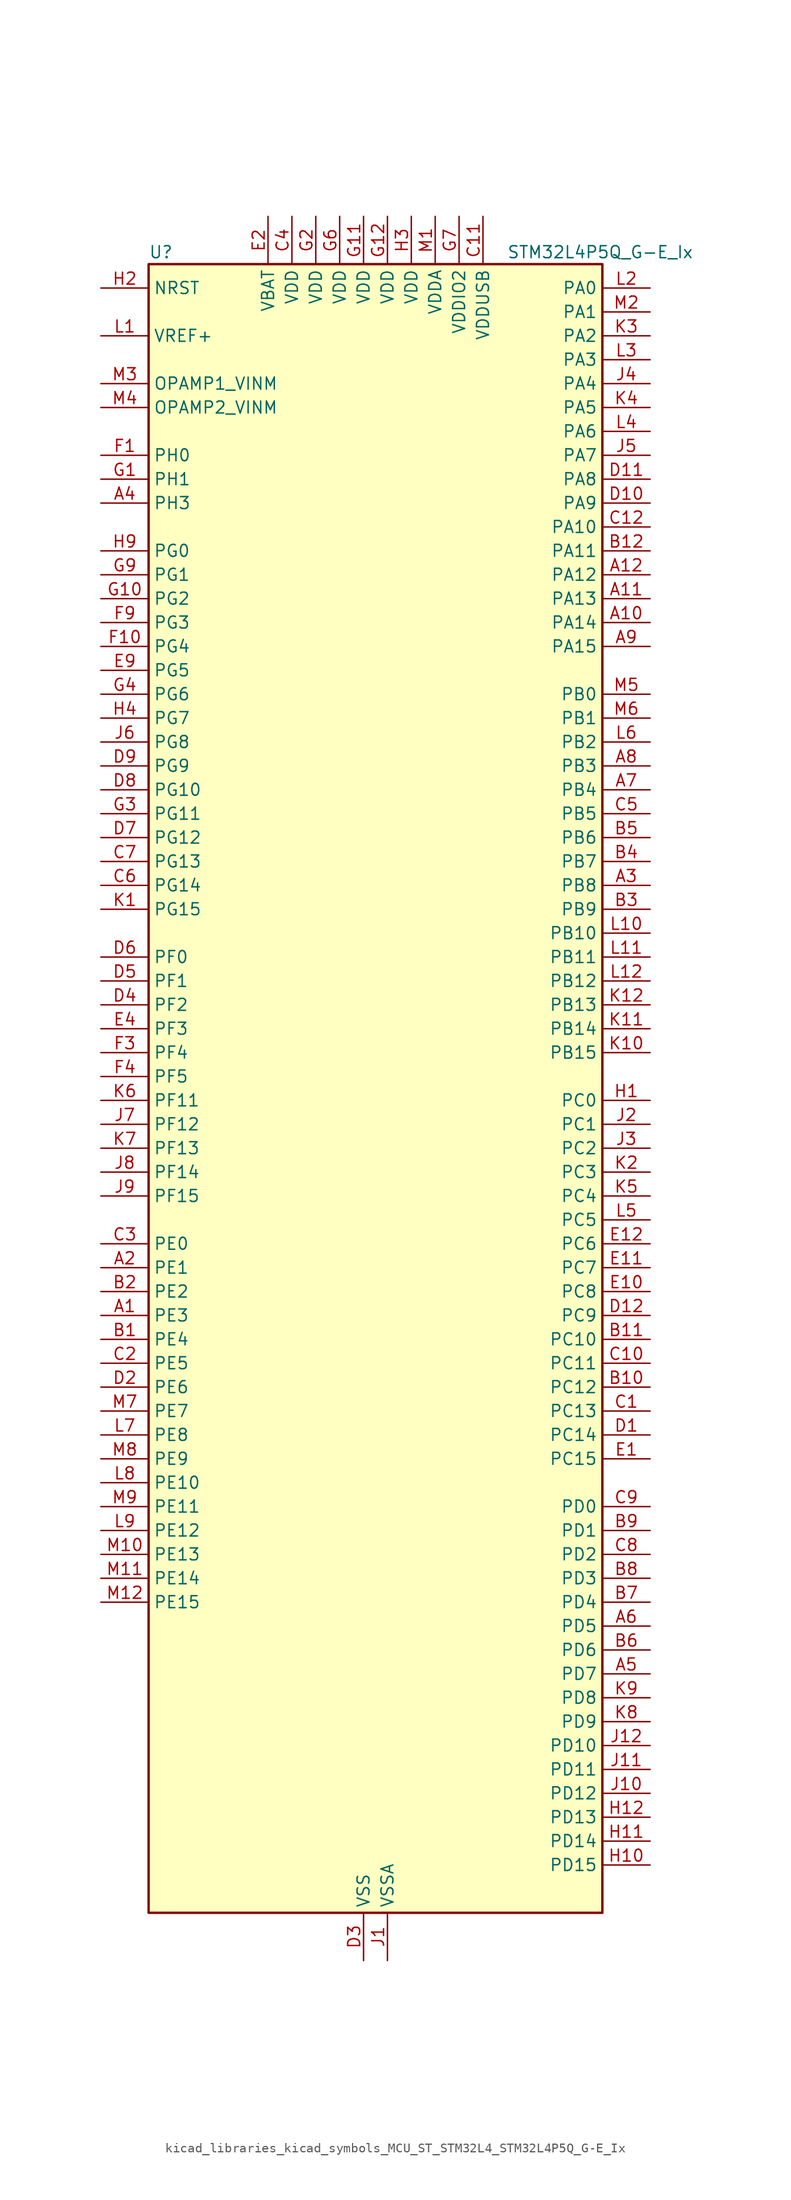
<source format=kicad_sym>
(kicad_symbol_lib
  (version 20220914)
  (generator kicad_symbol_editor)
  (symbol "kicad_libraries_kicad_symbols_MCU_ST_STM32L4_STM32L4P5Q_G-E_Ix"
    (property "Reference" "U"
      (at -22.86 90.17 0)
      (effects (font (size 1.27 1.27)) (justify left)))
    (property "Value" "STM32L4P5Q_G-E_Ix"
      (at 15.24 90.17 0)
      (effects (font (size 1.27 1.27)) (justify left)))
    (property "ki_locked" ""
      (at 0 0 0)
      (effects (font (size 1.27 1.27))))
    (symbol "kicad_libraries_kicad_symbols_MCU_ST_STM32L4_STM32L4P5Q_G-E_Ix_0_1"
      (rectangle (start -22.86 -86.36) (end 25.4 88.9) (stroke (width 0.254) (type default)) (fill (type background))))
    (symbol "kicad_libraries_kicad_symbols_MCU_ST_STM32L4_STM32L4P5Q_G-E_Ix_1_1"
      (pin bidirectional line (at -27.94 -22.86 0) (length 5.08) (name "PE3" (effects (font (size 1.27 1.27)))) (number "A1" (effects (font (size 1.27 1.27)))) (alternate "FMC_A19" bidirectional line) (alternate "LTDC_R6" bidirectional line) (alternate "OCTOSPIM_P1_DQS" bidirectional line) (alternate "SAI1_SD_B" bidirectional line) (alternate "SYS_TRACED0" bidirectional line) (alternate "TIM3_CH1" bidirectional line) (alternate "TSC_G7_IO2" bidirectional line))
      (pin bidirectional line (at 30.48 50.8 180) (length 5.08) (name "PA14" (effects (font (size 1.27 1.27)))) (number "A10" (effects (font (size 1.27 1.27)))) (alternate "I2C1_SMBA" bidirectional line) (alternate "I2C4_SMBA" bidirectional line) (alternate "LPTIM1_OUT" bidirectional line) (alternate "SAI1_FS_B" bidirectional line) (alternate "SYS_JTCK-SWCLK" bidirectional line) (alternate "USB_OTG_FS_SOF" bidirectional line))
      (pin bidirectional line (at 30.48 53.34 180) (length 5.08) (name "PA13" (effects (font (size 1.27 1.27)))) (number "A11" (effects (font (size 1.27 1.27)))) (alternate "IR_OUT" bidirectional line) (alternate "SAI1_SD_B" bidirectional line) (alternate "SYS_JTMS-SWDIO" bidirectional line) (alternate "USB_OTG_FS_NOE" bidirectional line))
      (pin bidirectional line (at 30.48 55.88 180) (length 5.08) (name "PA12" (effects (font (size 1.27 1.27)))) (number "A12" (effects (font (size 1.27 1.27)))) (alternate "CAN1_TX" bidirectional line) (alternate "LTDC_VSYNC" bidirectional line) (alternate "OCTOSPIM_P2_NCS" bidirectional line) (alternate "SPI1_MOSI" bidirectional line) (alternate "TIM1_ETR" bidirectional line) (alternate "USART1_DE" bidirectional line) (alternate "USART1_RTS" bidirectional line) (alternate "USB_OTG_FS_DP" bidirectional line))
      (pin bidirectional line (at -27.94 -17.78 0) (length 5.08) (name "PE1" (effects (font (size 1.27 1.27)))) (number "A2" (effects (font (size 1.27 1.27)))) (alternate "DCMI_D3" bidirectional line) (alternate "FMC_NBL1" bidirectional line) (alternate "LTDC_VSYNC" bidirectional line) (alternate "PSSI_D3" bidirectional line) (alternate "TIM17_CH1" bidirectional line))
      (pin bidirectional line (at 30.48 22.86 180) (length 5.08) (name "PB8" (effects (font (size 1.27 1.27)))) (number "A3" (effects (font (size 1.27 1.27)))) (alternate "CAN1_RX" bidirectional line) (alternate "DCMI_D6" bidirectional line) (alternate "DFSDM1_CKOUT" bidirectional line) (alternate "I2C1_SCL" bidirectional line) (alternate "LTDC_DE" bidirectional line) (alternate "PSSI_D6" bidirectional line) (alternate "SAI1_CK1" bidirectional line) (alternate "SAI1_MCLK_A" bidirectional line) (alternate "SDMMC1_CKIN" bidirectional line) (alternate "SDMMC1_D4" bidirectional line) (alternate "SDMMC2_D4" bidirectional line) (alternate "TIM16_CH1" bidirectional line) (alternate "TIM4_CH3" bidirectional line))
      (pin bidirectional line (at -27.94 63.5 0) (length 5.08) (name "PH3" (effects (font (size 1.27 1.27)))) (number "A4" (effects (font (size 1.27 1.27)))))
      (pin bidirectional line (at 30.48 -60.96 180) (length 5.08) (name "PD7" (effects (font (size 1.27 1.27)))) (number "A5" (effects (font (size 1.27 1.27)))) (alternate "DFSDM1_CKIN1" bidirectional line) (alternate "FMC_NCE" bidirectional line) (alternate "FMC_NE1" bidirectional line) (alternate "OCTOSPIM_P1_IO7" bidirectional line) (alternate "SDMMC2_CMD" bidirectional line) (alternate "USART2_CK" bidirectional line))
      (pin bidirectional line (at 30.48 -55.88 180) (length 5.08) (name "PD5" (effects (font (size 1.27 1.27)))) (number "A6" (effects (font (size 1.27 1.27)))) (alternate "FMC_NWE" bidirectional line) (alternate "OCTOSPIM_P1_IO5" bidirectional line) (alternate "USART2_TX" bidirectional line))
      (pin bidirectional line (at 30.48 33.02 180) (length 5.08) (name "PB4" (effects (font (size 1.27 1.27)))) (number "A7" (effects (font (size 1.27 1.27)))) (alternate "COMP2_INP" bidirectional line) (alternate "DCMI_D12" bidirectional line) (alternate "I2C3_SDA" bidirectional line) (alternate "OCTOSPIM_P1_IO5" bidirectional line) (alternate "PSSI_D12" bidirectional line) (alternate "SAI1_MCLK_B" bidirectional line) (alternate "SDMMC2_D3" bidirectional line) (alternate "SPI1_MISO" bidirectional line) (alternate "SPI3_MISO" bidirectional line) (alternate "SYS_JTRST" bidirectional line) (alternate "TIM17_BKIN" bidirectional line) (alternate "TIM3_CH1" bidirectional line) (alternate "TSC_G2_IO1" bidirectional line) (alternate "UART5_DE" bidirectional line) (alternate "UART5_RTS" bidirectional line) (alternate "USART1_CTS" bidirectional line) (alternate "USART1_NSS" bidirectional line))
      (pin bidirectional line (at 30.48 35.56 180) (length 5.08) (name "PB3" (effects (font (size 1.27 1.27)))) (number "A8" (effects (font (size 1.27 1.27)))) (alternate "COMP2_INM" bidirectional line) (alternate "CRS_SYNC" bidirectional line) (alternate "OCTOSPIM_P1_IO4" bidirectional line) (alternate "SAI1_SCK_B" bidirectional line) (alternate "SDMMC2_D2" bidirectional line) (alternate "SPI1_SCK" bidirectional line) (alternate "SPI3_SCK" bidirectional line) (alternate "SYS_JTDO-SWO" bidirectional line) (alternate "TIM2_CH2" bidirectional line) (alternate "USART1_DE" bidirectional line) (alternate "USART1_RTS" bidirectional line))
      (pin bidirectional line (at 30.48 48.26 180) (length 5.08) (name "PA15" (effects (font (size 1.27 1.27)))) (number "A9" (effects (font (size 1.27 1.27)))) (alternate "ADC1_EXTI15" bidirectional line) (alternate "ADC2_EXTI15" bidirectional line) (alternate "LTDC_HSYNC" bidirectional line) (alternate "SAI2_FS_B" bidirectional line) (alternate "SPI1_NSS" bidirectional line) (alternate "SPI3_NSS" bidirectional line) (alternate "SYS_JTDI" bidirectional line) (alternate "TIM2_CH1" bidirectional line) (alternate "TIM2_ETR" bidirectional line) (alternate "TSC_G3_IO1" bidirectional line) (alternate "UART4_DE" bidirectional line) (alternate "UART4_RTS" bidirectional line) (alternate "USART2_RX" bidirectional line) (alternate "USART3_DE" bidirectional line) (alternate "USART3_RTS" bidirectional line))
      (pin bidirectional line (at -27.94 -25.4 0) (length 5.08) (name "PE4" (effects (font (size 1.27 1.27)))) (number "B1" (effects (font (size 1.27 1.27)))) (alternate "DCMI_D4" bidirectional line) (alternate "DFSDM1_DATIN3" bidirectional line) (alternate "FMC_A20" bidirectional line) (alternate "LTDC_B7" bidirectional line) (alternate "PSSI_D4" bidirectional line) (alternate "SAI1_D2" bidirectional line) (alternate "SAI1_FS_A" bidirectional line) (alternate "SYS_TRACED1" bidirectional line) (alternate "TIM3_CH2" bidirectional line) (alternate "TSC_G7_IO3" bidirectional line))
      (pin bidirectional line (at 30.48 -30.48 180) (length 5.08) (name "PC12" (effects (font (size 1.27 1.27)))) (number "B10" (effects (font (size 1.27 1.27)))) (alternate "DCMI_D9" bidirectional line) (alternate "LTDC_R6" bidirectional line) (alternate "PSSI_D9" bidirectional line) (alternate "SAI2_SD_B" bidirectional line) (alternate "SDMMC1_CK" bidirectional line) (alternate "SPI3_MOSI" bidirectional line) (alternate "SYS_TRACED3" bidirectional line) (alternate "TSC_G3_IO4" bidirectional line) (alternate "UART5_TX" bidirectional line) (alternate "USART3_CK" bidirectional line))
      (pin bidirectional line (at 30.48 -25.4 180) (length 5.08) (name "PC10" (effects (font (size 1.27 1.27)))) (number "B11" (effects (font (size 1.27 1.27)))) (alternate "DCMI_D8" bidirectional line) (alternate "DCMI_VSYNC" bidirectional line) (alternate "PSSI_D8" bidirectional line) (alternate "PSSI_RDY" bidirectional line) (alternate "SAI2_SCK_B" bidirectional line) (alternate "SDMMC1_D2" bidirectional line) (alternate "SPI3_SCK" bidirectional line) (alternate "SYS_TRACED1" bidirectional line) (alternate "TSC_G3_IO2" bidirectional line) (alternate "UART4_TX" bidirectional line) (alternate "USART3_TX" bidirectional line))
      (pin bidirectional line (at 30.48 58.42 180) (length 5.08) (name "PA11" (effects (font (size 1.27 1.27)))) (number "B12" (effects (font (size 1.27 1.27)))) (alternate "ADC1_EXTI11" bidirectional line) (alternate "ADC2_EXTI11" bidirectional line) (alternate "CAN1_RX" bidirectional line) (alternate "LTDC_DE" bidirectional line) (alternate "SPI1_MISO" bidirectional line) (alternate "TIM1_BKIN2" bidirectional line) (alternate "TIM1_CH4" bidirectional line) (alternate "USART1_CTS" bidirectional line) (alternate "USART1_NSS" bidirectional line) (alternate "USB_OTG_FS_DM" bidirectional line))
      (pin bidirectional line (at -27.94 -20.32 0) (length 5.08) (name "PE2" (effects (font (size 1.27 1.27)))) (number "B2" (effects (font (size 1.27 1.27)))) (alternate "FMC_A23" bidirectional line) (alternate "LTDC_R7" bidirectional line) (alternate "SAI1_CK1" bidirectional line) (alternate "SAI1_MCLK_A" bidirectional line) (alternate "SYS_TRACECLK" bidirectional line) (alternate "TIM3_ETR" bidirectional line) (alternate "TSC_G7_IO1" bidirectional line))
      (pin bidirectional line (at 30.48 20.32 180) (length 5.08) (name "PB9" (effects (font (size 1.27 1.27)))) (number "B3" (effects (font (size 1.27 1.27)))) (alternate "CAN1_TX" bidirectional line) (alternate "DAC1_EXTI9" bidirectional line) (alternate "DCMI_D7" bidirectional line) (alternate "I2C1_SDA" bidirectional line) (alternate "IR_OUT" bidirectional line) (alternate "PSSI_D7" bidirectional line) (alternate "SAI1_D2" bidirectional line) (alternate "SAI1_FS_A" bidirectional line) (alternate "SDMMC1_CDIR" bidirectional line) (alternate "SDMMC1_D5" bidirectional line) (alternate "SDMMC2_D5" bidirectional line) (alternate "SPI2_NSS" bidirectional line) (alternate "TIM17_CH1" bidirectional line) (alternate "TIM4_CH4" bidirectional line))
      (pin bidirectional line (at 30.48 25.4 180) (length 5.08) (name "PB7" (effects (font (size 1.27 1.27)))) (number "B4" (effects (font (size 1.27 1.27)))) (alternate "COMP2_INM" bidirectional line) (alternate "DCMI_VSYNC" bidirectional line) (alternate "FMC_NL" bidirectional line) (alternate "I2C1_SDA" bidirectional line) (alternate "I2C4_SDA" bidirectional line) (alternate "LPTIM1_IN2" bidirectional line) (alternate "LTDC_VSYNC" bidirectional line) (alternate "PSSI_RDY" bidirectional line) (alternate "SYS_PVD_IN" bidirectional line) (alternate "TIM17_CH1N" bidirectional line) (alternate "TIM4_CH2" bidirectional line) (alternate "TIM8_BKIN" bidirectional line) (alternate "TSC_G2_IO4" bidirectional line) (alternate "UART4_CTS" bidirectional line) (alternate "USART1_RX" bidirectional line))
      (pin bidirectional line (at 30.48 27.94 180) (length 5.08) (name "PB6" (effects (font (size 1.27 1.27)))) (number "B5" (effects (font (size 1.27 1.27)))) (alternate "COMP2_INP" bidirectional line) (alternate "DCMI_D5" bidirectional line) (alternate "I2C1_SCL" bidirectional line) (alternate "I2C4_SCL" bidirectional line) (alternate "LPTIM1_ETR" bidirectional line) (alternate "LTDC_R6" bidirectional line) (alternate "PSSI_D5" bidirectional line) (alternate "SAI1_FS_B" bidirectional line) (alternate "TIM16_CH1N" bidirectional line) (alternate "TIM4_CH1" bidirectional line) (alternate "TIM8_BKIN2" bidirectional line) (alternate "TSC_G2_IO3" bidirectional line) (alternate "USART1_TX" bidirectional line))
      (pin bidirectional line (at 30.48 -58.42 180) (length 5.08) (name "PD6" (effects (font (size 1.27 1.27)))) (number "B6" (effects (font (size 1.27 1.27)))) (alternate "DCMI_D10" bidirectional line) (alternate "DFSDM1_DATIN1" bidirectional line) (alternate "FMC_NWAIT" bidirectional line) (alternate "LTDC_DE" bidirectional line) (alternate "OCTOSPIM_P1_IO6" bidirectional line) (alternate "PSSI_D10" bidirectional line) (alternate "SAI1_D1" bidirectional line) (alternate "SAI1_SD_A" bidirectional line) (alternate "SDMMC2_CK" bidirectional line) (alternate "SPI3_MOSI" bidirectional line) (alternate "USART2_RX" bidirectional line))
      (pin bidirectional line (at 30.48 -53.34 180) (length 5.08) (name "PD4" (effects (font (size 1.27 1.27)))) (number "B7" (effects (font (size 1.27 1.27)))) (alternate "DFSDM1_CKIN0" bidirectional line) (alternate "FMC_NOE" bidirectional line) (alternate "OCTOSPIM_P1_IO4" bidirectional line) (alternate "SDMMC2_CKIN" bidirectional line) (alternate "SPI2_MOSI" bidirectional line) (alternate "USART2_DE" bidirectional line) (alternate "USART2_RTS" bidirectional line))
      (pin bidirectional line (at 30.48 -50.8 180) (length 5.08) (name "PD3" (effects (font (size 1.27 1.27)))) (number "B8" (effects (font (size 1.27 1.27)))) (alternate "DCMI_D5" bidirectional line) (alternate "DFSDM1_DATIN0" bidirectional line) (alternate "FMC_CLK" bidirectional line) (alternate "LTDC_CLK" bidirectional line) (alternate "OCTOSPIM_P2_NCS" bidirectional line) (alternate "PSSI_D5" bidirectional line) (alternate "SPI2_MISO" bidirectional line) (alternate "SPI2_SCK" bidirectional line) (alternate "USART2_CTS" bidirectional line) (alternate "USART2_NSS" bidirectional line))
      (pin bidirectional line (at 30.48 -45.72 180) (length 5.08) (name "PD1" (effects (font (size 1.27 1.27)))) (number "B9" (effects (font (size 1.27 1.27)))) (alternate "CAN1_TX" bidirectional line) (alternate "FMC_D3" bidirectional line) (alternate "FMC_DA3" bidirectional line) (alternate "LTDC_B5" bidirectional line) (alternate "SPI2_SCK" bidirectional line))
      (pin bidirectional line (at 30.48 -33.02 180) (length 5.08) (name "PC13" (effects (font (size 1.27 1.27)))) (number "C1" (effects (font (size 1.27 1.27)))) (alternate "RTC_OUT1" bidirectional line) (alternate "RTC_TAMP1" bidirectional line) (alternate "RTC_TS" bidirectional line) (alternate "SYS_WKUP2" bidirectional line))
      (pin bidirectional line (at 30.48 -27.94 180) (length 5.08) (name "PC11" (effects (font (size 1.27 1.27)))) (number "C10" (effects (font (size 1.27 1.27)))) (alternate "ADC1_EXTI11" bidirectional line) (alternate "ADC2_EXTI11" bidirectional line) (alternate "DCMI_D2" bidirectional line) (alternate "DCMI_D4" bidirectional line) (alternate "OCTOSPIM_P1_NCS" bidirectional line) (alternate "PSSI_D2" bidirectional line) (alternate "PSSI_D4" bidirectional line) (alternate "SAI2_MCLK_B" bidirectional line) (alternate "SDMMC1_D3" bidirectional line) (alternate "SPI3_MISO" bidirectional line) (alternate "TSC_G3_IO3" bidirectional line) (alternate "UART4_RX" bidirectional line) (alternate "USART3_RX" bidirectional line))
      (pin power_in line (at 12.7 93.98 270) (length 5.08) (name "VDDUSB" (effects (font (size 1.27 1.27)))) (number "C11" (effects (font (size 1.27 1.27)))))
      (pin bidirectional line (at 30.48 60.96 180) (length 5.08) (name "PA10" (effects (font (size 1.27 1.27)))) (number "C12" (effects (font (size 1.27 1.27)))) (alternate "DCMI_D1" bidirectional line) (alternate "LTDC_G6" bidirectional line) (alternate "PSSI_D1" bidirectional line) (alternate "SAI1_D1" bidirectional line) (alternate "SAI1_SD_A" bidirectional line) (alternate "TIM17_BKIN" bidirectional line) (alternate "TIM1_CH3" bidirectional line) (alternate "USART1_RX" bidirectional line) (alternate "USB_OTG_FS_ID" bidirectional line))
      (pin bidirectional line (at -27.94 -27.94 0) (length 5.08) (name "PE5" (effects (font (size 1.27 1.27)))) (number "C2" (effects (font (size 1.27 1.27)))) (alternate "DCMI_D6" bidirectional line) (alternate "DFSDM1_CKIN3" bidirectional line) (alternate "FMC_A21" bidirectional line) (alternate "LTDC_G7" bidirectional line) (alternate "PSSI_D6" bidirectional line) (alternate "SAI1_CK2" bidirectional line) (alternate "SAI1_SCK_A" bidirectional line) (alternate "SYS_TRACED2" bidirectional line) (alternate "TIM3_CH3" bidirectional line) (alternate "TSC_G7_IO4" bidirectional line))
      (pin bidirectional line (at -27.94 -15.24 0) (length 5.08) (name "PE0" (effects (font (size 1.27 1.27)))) (number "C3" (effects (font (size 1.27 1.27)))) (alternate "DCMI_D2" bidirectional line) (alternate "FMC_NBL0" bidirectional line) (alternate "LTDC_HSYNC" bidirectional line) (alternate "PSSI_D2" bidirectional line) (alternate "TIM16_CH1" bidirectional line) (alternate "TIM4_ETR" bidirectional line))
      (pin power_in line (at -7.62 93.98 270) (length 5.08) (name "VDD" (effects (font (size 1.27 1.27)))) (number "C4" (effects (font (size 1.27 1.27)))))
      (pin bidirectional line (at 30.48 30.48 180) (length 5.08) (name "PB5" (effects (font (size 1.27 1.27)))) (number "C5" (effects (font (size 1.27 1.27)))) (alternate "COMP2_OUT" bidirectional line) (alternate "DCMI_D10" bidirectional line) (alternate "I2C1_SMBA" bidirectional line) (alternate "LPTIM1_IN1" bidirectional line) (alternate "OCTOSPIM_P1_IO0" bidirectional line) (alternate "PSSI_D10" bidirectional line) (alternate "SAI1_SD_B" bidirectional line) (alternate "SPI1_MOSI" bidirectional line) (alternate "SPI3_MOSI" bidirectional line) (alternate "TIM16_BKIN" bidirectional line) (alternate "TIM3_CH2" bidirectional line) (alternate "TSC_G2_IO2" bidirectional line) (alternate "UART5_CTS" bidirectional line) (alternate "USART1_CK" bidirectional line))
      (pin bidirectional line (at -27.94 22.86 0) (length 5.08) (name "PG14" (effects (font (size 1.27 1.27)))) (number "C6" (effects (font (size 1.27 1.27)))) (alternate "FMC_A25" bidirectional line) (alternate "I2C1_SCL" bidirectional line) (alternate "LTDC_R1" bidirectional line))
      (pin bidirectional line (at -27.94 25.4 0) (length 5.08) (name "PG13" (effects (font (size 1.27 1.27)))) (number "C7" (effects (font (size 1.27 1.27)))) (alternate "FMC_A24" bidirectional line) (alternate "I2C1_SDA" bidirectional line) (alternate "LTDC_R0" bidirectional line) (alternate "USART1_CK" bidirectional line))
      (pin bidirectional line (at 30.48 -48.26 180) (length 5.08) (name "PD2" (effects (font (size 1.27 1.27)))) (number "C8" (effects (font (size 1.27 1.27)))) (alternate "DCMI_D11" bidirectional line) (alternate "PSSI_D11" bidirectional line) (alternate "SDMMC1_CMD" bidirectional line) (alternate "SYS_TRACED2" bidirectional line) (alternate "TIM3_ETR" bidirectional line) (alternate "TSC_SYNC" bidirectional line) (alternate "UART5_RX" bidirectional line) (alternate "USART3_DE" bidirectional line) (alternate "USART3_RTS" bidirectional line))
      (pin bidirectional line (at 30.48 -43.18 180) (length 5.08) (name "PD0" (effects (font (size 1.27 1.27)))) (number "C9" (effects (font (size 1.27 1.27)))) (alternate "CAN1_RX" bidirectional line) (alternate "FMC_D2" bidirectional line) (alternate "FMC_DA2" bidirectional line) (alternate "LTDC_B4" bidirectional line) (alternate "SPI2_NSS" bidirectional line))
      (pin bidirectional line (at 30.48 -35.56 180) (length 5.08) (name "PC14" (effects (font (size 1.27 1.27)))) (number "D1" (effects (font (size 1.27 1.27)))) (alternate "RCC_OSC32_IN" bidirectional line))
      (pin bidirectional line (at 30.48 63.5 180) (length 5.08) (name "PA9" (effects (font (size 1.27 1.27)))) (number "D10" (effects (font (size 1.27 1.27)))) (alternate "DAC1_EXTI9" bidirectional line) (alternate "DCMI_D0" bidirectional line) (alternate "LTDC_G7" bidirectional line) (alternate "PSSI_D0" bidirectional line) (alternate "SAI1_FS_A" bidirectional line) (alternate "SPI2_SCK" bidirectional line) (alternate "TIM15_BKIN" bidirectional line) (alternate "TIM1_CH2" bidirectional line) (alternate "USART1_TX" bidirectional line) (alternate "USB_OTG_FS_VBUS" bidirectional line))
      (pin bidirectional line (at 30.48 66.04 180) (length 5.08) (name "PA8" (effects (font (size 1.27 1.27)))) (number "D11" (effects (font (size 1.27 1.27)))) (alternate "LPTIM2_OUT" bidirectional line) (alternate "LTDC_B7" bidirectional line) (alternate "RCC_MCO" bidirectional line) (alternate "SAI1_CK2" bidirectional line) (alternate "SAI1_SCK_A" bidirectional line) (alternate "TIM1_CH1" bidirectional line) (alternate "USART1_CK" bidirectional line) (alternate "USB_OTG_FS_SOF" bidirectional line))
      (pin bidirectional line (at 30.48 -22.86 180) (length 5.08) (name "PC9" (effects (font (size 1.27 1.27)))) (number "D12" (effects (font (size 1.27 1.27)))) (alternate "DAC1_EXTI9" bidirectional line) (alternate "DCMI_D3" bidirectional line) (alternate "I2C3_SDA" bidirectional line) (alternate "PSSI_D3" bidirectional line) (alternate "SAI2_EXTCLK" bidirectional line) (alternate "SDMMC1_D1" bidirectional line) (alternate "SYS_TRACED0" bidirectional line) (alternate "TIM3_CH4" bidirectional line) (alternate "TIM8_BKIN2" bidirectional line) (alternate "TIM8_CH4" bidirectional line) (alternate "TSC_G4_IO4" bidirectional line) (alternate "USB_OTG_FS_NOE" bidirectional line))
      (pin bidirectional line (at -27.94 -30.48 0) (length 5.08) (name "PE6" (effects (font (size 1.27 1.27)))) (number "D2" (effects (font (size 1.27 1.27)))) (alternate "DCMI_D7" bidirectional line) (alternate "FMC_A22" bidirectional line) (alternate "LTDC_G6" bidirectional line) (alternate "PSSI_D7" bidirectional line) (alternate "RTC_TAMP3" bidirectional line) (alternate "SAI1_D1" bidirectional line) (alternate "SAI1_SD_A" bidirectional line) (alternate "SYS_TRACED3" bidirectional line) (alternate "SYS_WKUP3" bidirectional line) (alternate "TIM3_CH4" bidirectional line))
      (pin power_in line (at 0 -91.44 90) (length 5.08) (name "VSS" (effects (font (size 1.27 1.27)))) (number "D3" (effects (font (size 1.27 1.27)))))
      (pin bidirectional line (at -27.94 10.16 0) (length 5.08) (name "PF2" (effects (font (size 1.27 1.27)))) (number "D4" (effects (font (size 1.27 1.27)))) (alternate "FMC_A2" bidirectional line) (alternate "I2C2_SMBA" bidirectional line) (alternate "OCTOSPIM_P2_IO2" bidirectional line))
      (pin bidirectional line (at -27.94 12.7 0) (length 5.08) (name "PF1" (effects (font (size 1.27 1.27)))) (number "D5" (effects (font (size 1.27 1.27)))) (alternate "FMC_A1" bidirectional line) (alternate "I2C2_SCL" bidirectional line) (alternate "OCTOSPIM_P2_IO1" bidirectional line))
      (pin bidirectional line (at -27.94 15.24 0) (length 5.08) (name "PF0" (effects (font (size 1.27 1.27)))) (number "D6" (effects (font (size 1.27 1.27)))) (alternate "FMC_A0" bidirectional line) (alternate "I2C2_SDA" bidirectional line) (alternate "OCTOSPIM_P2_IO0" bidirectional line))
      (pin bidirectional line (at -27.94 27.94 0) (length 5.08) (name "PG12" (effects (font (size 1.27 1.27)))) (number "D7" (effects (font (size 1.27 1.27)))) (alternate "FMC_NE4" bidirectional line) (alternate "LPTIM1_ETR" bidirectional line) (alternate "OCTOSPIM_P2_NCS" bidirectional line) (alternate "SAI2_SD_A" bidirectional line) (alternate "SDMMC2_D3" bidirectional line) (alternate "SPI3_NSS" bidirectional line) (alternate "USART1_DE" bidirectional line) (alternate "USART1_RTS" bidirectional line))
      (pin bidirectional line (at -27.94 33.02 0) (length 5.08) (name "PG10" (effects (font (size 1.27 1.27)))) (number "D8" (effects (font (size 1.27 1.27)))) (alternate "FMC_NE3" bidirectional line) (alternate "LPTIM1_IN1" bidirectional line) (alternate "OCTOSPIM_P2_IO7" bidirectional line) (alternate "SAI2_FS_A" bidirectional line) (alternate "SDMMC2_D1" bidirectional line) (alternate "SPI3_MISO" bidirectional line) (alternate "TIM15_CH1" bidirectional line) (alternate "USART1_RX" bidirectional line))
      (pin bidirectional line (at -27.94 35.56 0) (length 5.08) (name "PG9" (effects (font (size 1.27 1.27)))) (number "D9" (effects (font (size 1.27 1.27)))) (alternate "DAC1_EXTI9" bidirectional line) (alternate "FMC_NCE" bidirectional line) (alternate "FMC_NE2" bidirectional line) (alternate "OCTOSPIM_P2_IO6" bidirectional line) (alternate "SAI2_SCK_A" bidirectional line) (alternate "SDMMC2_D0" bidirectional line) (alternate "SPI3_SCK" bidirectional line) (alternate "TIM15_CH1N" bidirectional line) (alternate "USART1_TX" bidirectional line))
      (pin bidirectional line (at 30.48 -38.1 180) (length 5.08) (name "PC15" (effects (font (size 1.27 1.27)))) (number "E1" (effects (font (size 1.27 1.27)))) (alternate "ADC1_EXTI15" bidirectional line) (alternate "ADC2_EXTI15" bidirectional line) (alternate "RCC_OSC32_OUT" bidirectional line))
      (pin bidirectional line (at 30.48 -20.32 180) (length 5.08) (name "PC8" (effects (font (size 1.27 1.27)))) (number "E10" (effects (font (size 1.27 1.27)))) (alternate "DCMI_D2" bidirectional line) (alternate "PSSI_D2" bidirectional line) (alternate "SDMMC1_D0" bidirectional line) (alternate "TIM3_CH3" bidirectional line) (alternate "TIM8_CH3" bidirectional line) (alternate "TSC_G4_IO3" bidirectional line))
      (pin bidirectional line (at 30.48 -17.78 180) (length 5.08) (name "PC7" (effects (font (size 1.27 1.27)))) (number "E11" (effects (font (size 1.27 1.27)))) (alternate "DCMI_D1" bidirectional line) (alternate "DFSDM1_DATIN3" bidirectional line) (alternate "LTDC_B6" bidirectional line) (alternate "PSSI_D1" bidirectional line) (alternate "SAI2_MCLK_B" bidirectional line) (alternate "SDMMC1_D123DIR" bidirectional line) (alternate "SDMMC1_D7" bidirectional line) (alternate "SDMMC2_D7" bidirectional line) (alternate "TIM3_CH2" bidirectional line) (alternate "TIM8_CH2" bidirectional line) (alternate "TSC_G4_IO2" bidirectional line))
      (pin bidirectional line (at 30.48 -15.24 180) (length 5.08) (name "PC6" (effects (font (size 1.27 1.27)))) (number "E12" (effects (font (size 1.27 1.27)))) (alternate "DCMI_D0" bidirectional line) (alternate "DFSDM1_CKIN3" bidirectional line) (alternate "LTDC_G7" bidirectional line) (alternate "PSSI_D0" bidirectional line) (alternate "SAI2_MCLK_A" bidirectional line) (alternate "SDMMC1_D0DIR" bidirectional line) (alternate "SDMMC1_D6" bidirectional line) (alternate "SDMMC2_D6" bidirectional line) (alternate "TIM3_CH1" bidirectional line) (alternate "TIM8_CH1" bidirectional line) (alternate "TSC_G4_IO1" bidirectional line))
      (pin power_in line (at -10.16 93.98 270) (length 5.08) (name "VBAT" (effects (font (size 1.27 1.27)))) (number "E2" (effects (font (size 1.27 1.27)))))
      (pin passive line (at 0 -91.44 90) (length 5.08) hide (name "VSS" (effects (font (size 1.27 1.27)))) (number "E3" (effects (font (size 1.27 1.27)))))
      (pin bidirectional line (at -27.94 7.62 0) (length 5.08) (name "PF3" (effects (font (size 1.27 1.27)))) (number "E4" (effects (font (size 1.27 1.27)))) (alternate "FMC_A3" bidirectional line) (alternate "OCTOSPIM_P2_IO3" bidirectional line))
      (pin bidirectional line (at -27.94 45.72 0) (length 5.08) (name "PG5" (effects (font (size 1.27 1.27)))) (number "E9" (effects (font (size 1.27 1.27)))) (alternate "FMC_A15" bidirectional line) (alternate "LPUART1_CTS" bidirectional line) (alternate "SAI2_SD_B" bidirectional line) (alternate "SDMMC2_D7" bidirectional line) (alternate "SPI1_NSS" bidirectional line))
      (pin bidirectional line (at -27.94 68.58 0) (length 5.08) (name "PH0" (effects (font (size 1.27 1.27)))) (number "F1" (effects (font (size 1.27 1.27)))) (alternate "RCC_OSC_IN" bidirectional line))
      (pin bidirectional line (at -27.94 48.26 0) (length 5.08) (name "PG4" (effects (font (size 1.27 1.27)))) (number "F10" (effects (font (size 1.27 1.27)))) (alternate "FMC_A14" bidirectional line) (alternate "SAI2_MCLK_B" bidirectional line) (alternate "SDMMC2_D6" bidirectional line) (alternate "SPI1_MOSI" bidirectional line))
      (pin passive line (at 0 -91.44 90) (length 5.08) hide (name "VSS" (effects (font (size 1.27 1.27)))) (number "F11" (effects (font (size 1.27 1.27)))))
      (pin passive line (at 0 -91.44 90) (length 5.08) hide (name "VSS" (effects (font (size 1.27 1.27)))) (number "F12" (effects (font (size 1.27 1.27)))))
      (pin passive line (at 0 -91.44 90) (length 5.08) hide (name "VSS" (effects (font (size 1.27 1.27)))) (number "F2" (effects (font (size 1.27 1.27)))))
      (pin bidirectional line (at -27.94 5.08 0) (length 5.08) (name "PF4" (effects (font (size 1.27 1.27)))) (number "F3" (effects (font (size 1.27 1.27)))) (alternate "FMC_A4" bidirectional line) (alternate "OCTOSPIM_P2_CLK" bidirectional line))
      (pin bidirectional line (at -27.94 2.54 0) (length 5.08) (name "PF5" (effects (font (size 1.27 1.27)))) (number "F4" (effects (font (size 1.27 1.27)))) (alternate "FMC_A5" bidirectional line) (alternate "OCTOSPIM_P2_NCLK" bidirectional line))
      (pin passive line (at 0 -91.44 90) (length 5.08) hide (name "VSS" (effects (font (size 1.27 1.27)))) (number "F6" (effects (font (size 1.27 1.27)))))
      (pin passive line (at 0 -91.44 90) (length 5.08) hide (name "VSS" (effects (font (size 1.27 1.27)))) (number "F7" (effects (font (size 1.27 1.27)))))
      (pin bidirectional line (at -27.94 50.8 0) (length 5.08) (name "PG3" (effects (font (size 1.27 1.27)))) (number "F9" (effects (font (size 1.27 1.27)))) (alternate "FMC_A13" bidirectional line) (alternate "SAI2_FS_B" bidirectional line) (alternate "SDMMC2_D5" bidirectional line) (alternate "SPI1_MISO" bidirectional line))
      (pin bidirectional line (at -27.94 66.04 0) (length 5.08) (name "PH1" (effects (font (size 1.27 1.27)))) (number "G1" (effects (font (size 1.27 1.27)))) (alternate "RCC_OSC_OUT" bidirectional line))
      (pin bidirectional line (at -27.94 53.34 0) (length 5.08) (name "PG2" (effects (font (size 1.27 1.27)))) (number "G10" (effects (font (size 1.27 1.27)))) (alternate "FMC_A12" bidirectional line) (alternate "SAI2_SCK_B" bidirectional line) (alternate "SDMMC2_D4" bidirectional line) (alternate "SPI1_SCK" bidirectional line))
      (pin power_in line (at 0 93.98 270) (length 5.08) (name "VDD" (effects (font (size 1.27 1.27)))) (number "G11" (effects (font (size 1.27 1.27)))))
      (pin power_in line (at 2.54 93.98 270) (length 5.08) (name "VDD" (effects (font (size 1.27 1.27)))) (number "G12" (effects (font (size 1.27 1.27)))))
      (pin power_in line (at -5.08 93.98 270) (length 5.08) (name "VDD" (effects (font (size 1.27 1.27)))) (number "G2" (effects (font (size 1.27 1.27)))))
      (pin bidirectional line (at -27.94 30.48 0) (length 5.08) (name "PG11" (effects (font (size 1.27 1.27)))) (number "G3" (effects (font (size 1.27 1.27)))) (alternate "ADC1_EXTI11" bidirectional line) (alternate "ADC2_EXTI11" bidirectional line) (alternate "LPTIM1_IN2" bidirectional line) (alternate "OCTOSPIM_P1_IO5" bidirectional line) (alternate "SAI2_MCLK_A" bidirectional line) (alternate "SDMMC2_D2" bidirectional line) (alternate "SPI3_MOSI" bidirectional line) (alternate "TIM15_CH2" bidirectional line) (alternate "USART1_CTS" bidirectional line) (alternate "USART1_NSS" bidirectional line))
      (pin bidirectional line (at -27.94 43.18 0) (length 5.08) (name "PG6" (effects (font (size 1.27 1.27)))) (number "G4" (effects (font (size 1.27 1.27)))) (alternate "I2C3_SMBA" bidirectional line) (alternate "LPUART1_DE" bidirectional line) (alternate "LPUART1_RTS" bidirectional line) (alternate "LTDC_R1" bidirectional line) (alternate "OCTOSPIM_P1_DQS" bidirectional line))
      (pin power_in line (at -2.54 93.98 270) (length 5.08) (name "VDD" (effects (font (size 1.27 1.27)))) (number "G6" (effects (font (size 1.27 1.27)))))
      (pin power_in line (at 10.16 93.98 270) (length 5.08) (name "VDDIO2" (effects (font (size 1.27 1.27)))) (number "G7" (effects (font (size 1.27 1.27)))))
      (pin bidirectional line (at -27.94 55.88 0) (length 5.08) (name "PG1" (effects (font (size 1.27 1.27)))) (number "G9" (effects (font (size 1.27 1.27)))) (alternate "FMC_A11" bidirectional line) (alternate "OCTOSPIM_P2_IO5" bidirectional line) (alternate "TSC_G8_IO4" bidirectional line))
      (pin bidirectional line (at 30.48 0 180) (length 5.08) (name "PC0" (effects (font (size 1.27 1.27)))) (number "H1" (effects (font (size 1.27 1.27)))) (alternate "ADC1_IN1" bidirectional line) (alternate "ADC2_IN1" bidirectional line) (alternate "I2C3_SCL" bidirectional line) (alternate "LPTIM1_IN1" bidirectional line) (alternate "LPTIM2_IN1" bidirectional line) (alternate "LPUART1_RX" bidirectional line) (alternate "LTDC_DE" bidirectional line) (alternate "SAI2_FS_A" bidirectional line) (alternate "SDMMC1_CMD" bidirectional line) (alternate "SDMMC2_CKIN" bidirectional line))
      (pin bidirectional line (at 30.48 -81.28 180) (length 5.08) (name "PD15" (effects (font (size 1.27 1.27)))) (number "H10" (effects (font (size 1.27 1.27)))) (alternate "ADC1_EXTI15" bidirectional line) (alternate "ADC2_EXTI15" bidirectional line) (alternate "FMC_D1" bidirectional line) (alternate "FMC_DA1" bidirectional line) (alternate "LTDC_B3" bidirectional line) (alternate "TIM4_CH4" bidirectional line))
      (pin bidirectional line (at 30.48 -78.74 180) (length 5.08) (name "PD14" (effects (font (size 1.27 1.27)))) (number "H11" (effects (font (size 1.27 1.27)))) (alternate "FMC_D0" bidirectional line) (alternate "FMC_DA0" bidirectional line) (alternate "LTDC_B2" bidirectional line) (alternate "TIM4_CH3" bidirectional line))
      (pin bidirectional line (at 30.48 -76.2 180) (length 5.08) (name "PD13" (effects (font (size 1.27 1.27)))) (number "H12" (effects (font (size 1.27 1.27)))) (alternate "FMC_A18" bidirectional line) (alternate "I2C4_SDA" bidirectional line) (alternate "LPTIM2_OUT" bidirectional line) (alternate "TIM4_CH2" bidirectional line) (alternate "TSC_G6_IO4" bidirectional line))
      (pin input line (at -27.94 86.36 0) (length 5.08) (name "NRST" (effects (font (size 1.27 1.27)))) (number "H2" (effects (font (size 1.27 1.27)))))
      (pin power_in line (at 5.08 93.98 270) (length 5.08) (name "VDD" (effects (font (size 1.27 1.27)))) (number "H3" (effects (font (size 1.27 1.27)))))
      (pin bidirectional line (at -27.94 40.64 0) (length 5.08) (name "PG7" (effects (font (size 1.27 1.27)))) (number "H4" (effects (font (size 1.27 1.27)))) (alternate "DFSDM1_CKOUT" bidirectional line) (alternate "FMC_INT" bidirectional line) (alternate "I2C3_SCL" bidirectional line) (alternate "LPUART1_TX" bidirectional line) (alternate "OCTOSPIM_P2_DQS" bidirectional line) (alternate "SAI1_CK1" bidirectional line) (alternate "SAI1_MCLK_A" bidirectional line))
      (pin bidirectional line (at -27.94 58.42 0) (length 5.08) (name "PG0" (effects (font (size 1.27 1.27)))) (number "H9" (effects (font (size 1.27 1.27)))) (alternate "FMC_A10" bidirectional line) (alternate "OCTOSPIM_P2_IO4" bidirectional line) (alternate "TSC_G8_IO3" bidirectional line))
      (pin power_in line (at 2.54 -91.44 90) (length 5.08) (name "VSSA" (effects (font (size 1.27 1.27)))) (number "J1" (effects (font (size 1.27 1.27)))))
      (pin bidirectional line (at 30.48 -73.66 180) (length 5.08) (name "PD12" (effects (font (size 1.27 1.27)))) (number "J10" (effects (font (size 1.27 1.27)))) (alternate "FMC_A17" bidirectional line) (alternate "FMC_ALE" bidirectional line) (alternate "I2C4_SCL" bidirectional line) (alternate "LPTIM2_IN1" bidirectional line) (alternate "LTDC_R7" bidirectional line) (alternate "SAI2_FS_A" bidirectional line) (alternate "TIM4_CH1" bidirectional line) (alternate "TSC_G6_IO3" bidirectional line) (alternate "USART3_DE" bidirectional line) (alternate "USART3_RTS" bidirectional line))
      (pin bidirectional line (at 30.48 -71.12 180) (length 5.08) (name "PD11" (effects (font (size 1.27 1.27)))) (number "J11" (effects (font (size 1.27 1.27)))) (alternate "ADC1_EXTI11" bidirectional line) (alternate "ADC2_EXTI11" bidirectional line) (alternate "FMC_A16" bidirectional line) (alternate "FMC_CLE" bidirectional line) (alternate "I2C4_SMBA" bidirectional line) (alternate "LPTIM2_ETR" bidirectional line) (alternate "LTDC_R6" bidirectional line) (alternate "SAI2_SD_A" bidirectional line) (alternate "TSC_G6_IO2" bidirectional line) (alternate "USART3_CTS" bidirectional line) (alternate "USART3_NSS" bidirectional line))
      (pin bidirectional line (at 30.48 -68.58 180) (length 5.08) (name "PD10" (effects (font (size 1.27 1.27)))) (number "J12" (effects (font (size 1.27 1.27)))) (alternate "FMC_D15" bidirectional line) (alternate "FMC_DA15" bidirectional line) (alternate "LTDC_R5" bidirectional line) (alternate "SAI2_SCK_A" bidirectional line) (alternate "TSC_G6_IO1" bidirectional line) (alternate "USART3_CK" bidirectional line))
      (pin bidirectional line (at 30.48 -2.54 180) (length 5.08) (name "PC1" (effects (font (size 1.27 1.27)))) (number "J2" (effects (font (size 1.27 1.27)))) (alternate "ADC1_IN2" bidirectional line) (alternate "ADC2_IN2" bidirectional line) (alternate "I2C3_SDA" bidirectional line) (alternate "LPTIM1_OUT" bidirectional line) (alternate "LPUART1_TX" bidirectional line) (alternate "OCTOSPIM_P1_IO4" bidirectional line) (alternate "SAI1_SD_A" bidirectional line) (alternate "SPI2_MOSI" bidirectional line) (alternate "SYS_TRACED0" bidirectional line))
      (pin bidirectional line (at 30.48 -5.08 180) (length 5.08) (name "PC2" (effects (font (size 1.27 1.27)))) (number "J3" (effects (font (size 1.27 1.27)))) (alternate "ADC1_IN3" bidirectional line) (alternate "ADC2_IN3" bidirectional line) (alternate "DFSDM1_CKOUT" bidirectional line) (alternate "LPTIM1_IN2" bidirectional line) (alternate "LTDC_HSYNC" bidirectional line) (alternate "OCTOSPIM_P1_IO5" bidirectional line) (alternate "SPI2_MISO" bidirectional line))
      (pin bidirectional line (at 30.48 76.2 180) (length 5.08) (name "PA4" (effects (font (size 1.27 1.27)))) (number "J4" (effects (font (size 1.27 1.27)))) (alternate "ADC1_IN9" bidirectional line) (alternate "ADC2_IN9" bidirectional line) (alternate "DAC1_OUT1" bidirectional line) (alternate "DCMI_HSYNC" bidirectional line) (alternate "LPTIM2_OUT" bidirectional line) (alternate "LTDC_CLK" bidirectional line) (alternate "OCTOSPIM_P1_NCS" bidirectional line) (alternate "PSSI_DE" bidirectional line) (alternate "SAI1_FS_B" bidirectional line) (alternate "SPI1_NSS" bidirectional line) (alternate "SPI3_NSS" bidirectional line) (alternate "USART2_CK" bidirectional line))
      (pin bidirectional line (at 30.48 68.58 180) (length 5.08) (name "PA7" (effects (font (size 1.27 1.27)))) (number "J5" (effects (font (size 1.27 1.27)))) (alternate "ADC1_IN12" bidirectional line) (alternate "ADC2_IN12" bidirectional line) (alternate "I2C3_SCL" bidirectional line) (alternate "OCTOSPIM_P1_IO2" bidirectional line) (alternate "OPAMP2_VINM" bidirectional line) (alternate "SPI1_MOSI" bidirectional line) (alternate "TIM17_CH1" bidirectional line) (alternate "TIM1_CH1N" bidirectional line) (alternate "TIM3_CH2" bidirectional line) (alternate "TIM8_CH1N" bidirectional line))
      (pin bidirectional line (at -27.94 38.1 0) (length 5.08) (name "PG8" (effects (font (size 1.27 1.27)))) (number "J6" (effects (font (size 1.27 1.27)))) (alternate "I2C3_SDA" bidirectional line) (alternate "LPUART1_RX" bidirectional line))
      (pin bidirectional line (at -27.94 -2.54 0) (length 5.08) (name "PF12" (effects (font (size 1.27 1.27)))) (number "J7" (effects (font (size 1.27 1.27)))) (alternate "FMC_A6" bidirectional line) (alternate "LTDC_B0" bidirectional line) (alternate "OCTOSPIM_P2_DQS" bidirectional line))
      (pin bidirectional line (at -27.94 -7.62 0) (length 5.08) (name "PF14" (effects (font (size 1.27 1.27)))) (number "J8" (effects (font (size 1.27 1.27)))) (alternate "FMC_A8" bidirectional line) (alternate "I2C4_SCL" bidirectional line) (alternate "LTDC_G0" bidirectional line) (alternate "TSC_G8_IO1" bidirectional line))
      (pin bidirectional line (at -27.94 -10.16 0) (length 5.08) (name "PF15" (effects (font (size 1.27 1.27)))) (number "J9" (effects (font (size 1.27 1.27)))) (alternate "ADC1_EXTI15" bidirectional line) (alternate "ADC2_EXTI15" bidirectional line) (alternate "FMC_A9" bidirectional line) (alternate "I2C4_SDA" bidirectional line) (alternate "LTDC_G1" bidirectional line) (alternate "TSC_G8_IO2" bidirectional line))
      (pin bidirectional line (at -27.94 20.32 0) (length 5.08) (name "PG15" (effects (font (size 1.27 1.27)))) (number "K1" (effects (font (size 1.27 1.27)))) (alternate "ADC1_EXTI15" bidirectional line) (alternate "ADC2_EXTI15" bidirectional line) (alternate "DCMI_D13" bidirectional line) (alternate "I2C1_SMBA" bidirectional line) (alternate "LPTIM1_OUT" bidirectional line) (alternate "OCTOSPIM_P2_DQS" bidirectional line) (alternate "PSSI_D13" bidirectional line))
      (pin bidirectional line (at 30.48 5.08 180) (length 5.08) (name "PB15" (effects (font (size 1.27 1.27)))) (number "K10" (effects (font (size 1.27 1.27)))) (alternate "ADC1_EXTI15" bidirectional line) (alternate "ADC2_EXTI15" bidirectional line) (alternate "DFSDM1_CKIN2" bidirectional line) (alternate "OCTOSPIM_P1_IO7" bidirectional line) (alternate "RTC_REFIN" bidirectional line) (alternate "SAI2_SD_A" bidirectional line) (alternate "SDMMC2_D1" bidirectional line) (alternate "SPI2_MOSI" bidirectional line) (alternate "TIM15_CH2" bidirectional line) (alternate "TIM1_CH3N" bidirectional line) (alternate "TIM8_CH3N" bidirectional line) (alternate "TSC_G1_IO4" bidirectional line))
      (pin bidirectional line (at 30.48 7.62 180) (length 5.08) (name "PB14" (effects (font (size 1.27 1.27)))) (number "K11" (effects (font (size 1.27 1.27)))) (alternate "DFSDM1_DATIN2" bidirectional line) (alternate "I2C2_SDA" bidirectional line) (alternate "OCTOSPIM_P1_IO6" bidirectional line) (alternate "SAI2_MCLK_A" bidirectional line) (alternate "SDMMC2_D0" bidirectional line) (alternate "SPI2_MISO" bidirectional line) (alternate "TIM15_CH1" bidirectional line) (alternate "TIM1_CH2N" bidirectional line) (alternate "TIM8_CH2N" bidirectional line) (alternate "TSC_G1_IO3" bidirectional line) (alternate "USART3_DE" bidirectional line) (alternate "USART3_RTS" bidirectional line))
      (pin bidirectional line (at 30.48 10.16 180) (length 5.08) (name "PB13" (effects (font (size 1.27 1.27)))) (number "K12" (effects (font (size 1.27 1.27)))) (alternate "DFSDM1_CKIN1" bidirectional line) (alternate "I2C2_SCL" bidirectional line) (alternate "LPUART1_CTS" bidirectional line) (alternate "OCTOSPIM_P1_IO1" bidirectional line) (alternate "SAI2_SCK_A" bidirectional line) (alternate "SPI2_SCK" bidirectional line) (alternate "TIM15_CH1N" bidirectional line) (alternate "TIM1_CH1N" bidirectional line) (alternate "TSC_G1_IO2" bidirectional line) (alternate "USART3_CTS" bidirectional line) (alternate "USART3_NSS" bidirectional line))
      (pin bidirectional line (at 30.48 -7.62 180) (length 5.08) (name "PC3" (effects (font (size 1.27 1.27)))) (number "K2" (effects (font (size 1.27 1.27)))) (alternate "ADC1_IN4" bidirectional line) (alternate "ADC2_IN4" bidirectional line) (alternate "LPTIM1_ETR" bidirectional line) (alternate "LPTIM2_ETR" bidirectional line) (alternate "OCTOSPIM_P1_IO6" bidirectional line) (alternate "SAI1_D1" bidirectional line) (alternate "SAI1_SD_A" bidirectional line) (alternate "SPI2_MOSI" bidirectional line))
      (pin bidirectional line (at 30.48 81.28 180) (length 5.08) (name "PA2" (effects (font (size 1.27 1.27)))) (number "K3" (effects (font (size 1.27 1.27)))) (alternate "ADC1_IN7" bidirectional line) (alternate "ADC2_IN7" bidirectional line) (alternate "LPUART1_TX" bidirectional line) (alternate "OCTOSPIM_P1_NCS" bidirectional line) (alternate "RCC_LSCO" bidirectional line) (alternate "SAI2_EXTCLK" bidirectional line) (alternate "SYS_WKUP4" bidirectional line) (alternate "TIM15_CH1" bidirectional line) (alternate "TIM2_CH3" bidirectional line) (alternate "TIM5_CH3" bidirectional line) (alternate "USART2_TX" bidirectional line))
      (pin bidirectional line (at 30.48 73.66 180) (length 5.08) (name "PA5" (effects (font (size 1.27 1.27)))) (number "K4" (effects (font (size 1.27 1.27)))) (alternate "ADC1_IN10" bidirectional line) (alternate "ADC2_IN10" bidirectional line) (alternate "DAC1_OUT2" bidirectional line) (alternate "LPTIM2_ETR" bidirectional line) (alternate "LTDC_R7" bidirectional line) (alternate "PSSI_D14" bidirectional line) (alternate "SPI1_SCK" bidirectional line) (alternate "TIM2_CH1" bidirectional line) (alternate "TIM2_ETR" bidirectional line) (alternate "TIM8_CH1N" bidirectional line))
      (pin bidirectional line (at 30.48 -10.16 180) (length 5.08) (name "PC4" (effects (font (size 1.27 1.27)))) (number "K5" (effects (font (size 1.27 1.27)))) (alternate "ADC1_IN13" bidirectional line) (alternate "ADC2_IN13" bidirectional line) (alternate "COMP1_INM" bidirectional line) (alternate "OCTOSPIM_P1_IO7" bidirectional line) (alternate "OCTOSPIM_P2_NCS" bidirectional line) (alternate "USART3_TX" bidirectional line))
      (pin bidirectional line (at -27.94 0 0) (length 5.08) (name "PF11" (effects (font (size 1.27 1.27)))) (number "K6" (effects (font (size 1.27 1.27)))) (alternate "ADC1_EXTI11" bidirectional line) (alternate "ADC2_EXTI11" bidirectional line) (alternate "DCMI_D12" bidirectional line) (alternate "LTDC_DE" bidirectional line) (alternate "OCTOSPIM_P1_NCLK" bidirectional line) (alternate "PSSI_D12" bidirectional line))
      (pin bidirectional line (at -27.94 -5.08 0) (length 5.08) (name "PF13" (effects (font (size 1.27 1.27)))) (number "K7" (effects (font (size 1.27 1.27)))) (alternate "FMC_A7" bidirectional line) (alternate "I2C4_SMBA" bidirectional line) (alternate "LTDC_B1" bidirectional line))
      (pin bidirectional line (at 30.48 -66.04 180) (length 5.08) (name "PD9" (effects (font (size 1.27 1.27)))) (number "K8" (effects (font (size 1.27 1.27)))) (alternate "DAC1_EXTI9" bidirectional line) (alternate "DCMI_PIXCLK" bidirectional line) (alternate "FMC_D14" bidirectional line) (alternate "FMC_DA14" bidirectional line) (alternate "LTDC_R4" bidirectional line) (alternate "PSSI_PDCK" bidirectional line) (alternate "SAI2_MCLK_A" bidirectional line) (alternate "USART3_RX" bidirectional line))
      (pin bidirectional line (at 30.48 -63.5 180) (length 5.08) (name "PD8" (effects (font (size 1.27 1.27)))) (number "K9" (effects (font (size 1.27 1.27)))) (alternate "DCMI_HSYNC" bidirectional line) (alternate "FMC_D13" bidirectional line) (alternate "FMC_DA13" bidirectional line) (alternate "LTDC_R3" bidirectional line) (alternate "PSSI_DE" bidirectional line) (alternate "USART3_TX" bidirectional line))
      (pin input line (at -27.94 81.28 0) (length 5.08) (name "VREF+" (effects (font (size 1.27 1.27)))) (number "L1" (effects (font (size 1.27 1.27)))) (alternate "VREFBUF_OUT" bidirectional line))
      (pin bidirectional line (at 30.48 17.78 180) (length 5.08) (name "PB10" (effects (font (size 1.27 1.27)))) (number "L10" (effects (font (size 1.27 1.27)))) (alternate "COMP1_OUT" bidirectional line) (alternate "I2C2_SCL" bidirectional line) (alternate "I2C4_SCL" bidirectional line) (alternate "LPUART1_RX" bidirectional line) (alternate "OCTOSPIM_P1_CLK" bidirectional line) (alternate "OCTOSPIM_P1_IO3" bidirectional line) (alternate "SAI1_SCK_A" bidirectional line) (alternate "SPI2_SCK" bidirectional line) (alternate "TIM2_CH3" bidirectional line) (alternate "TSC_SYNC" bidirectional line) (alternate "USART3_TX" bidirectional line))
      (pin bidirectional line (at 30.48 15.24 180) (length 5.08) (name "PB11" (effects (font (size 1.27 1.27)))) (number "L11" (effects (font (size 1.27 1.27)))) (alternate "ADC1_EXTI11" bidirectional line) (alternate "ADC2_EXTI11" bidirectional line) (alternate "COMP2_OUT" bidirectional line) (alternate "I2C2_SDA" bidirectional line) (alternate "I2C4_SDA" bidirectional line) (alternate "LPUART1_TX" bidirectional line) (alternate "LTDC_VSYNC" bidirectional line) (alternate "OCTOSPIM_P1_NCS" bidirectional line) (alternate "TIM2_CH4" bidirectional line) (alternate "USART3_RX" bidirectional line))
      (pin bidirectional line (at 30.48 12.7 180) (length 5.08) (name "PB12" (effects (font (size 1.27 1.27)))) (number "L12" (effects (font (size 1.27 1.27)))) (alternate "DFSDM1_DATIN1" bidirectional line) (alternate "I2C2_SMBA" bidirectional line) (alternate "LPUART1_DE" bidirectional line) (alternate "LPUART1_RTS" bidirectional line) (alternate "OCTOSPIM_P1_NCLK" bidirectional line) (alternate "SAI2_FS_A" bidirectional line) (alternate "SDMMC2_CK" bidirectional line) (alternate "SPI2_NSS" bidirectional line) (alternate "TIM15_BKIN" bidirectional line) (alternate "TIM1_BKIN" bidirectional line) (alternate "TSC_G1_IO1" bidirectional line) (alternate "USART3_CK" bidirectional line))
      (pin bidirectional line (at 30.48 86.36 180) (length 5.08) (name "PA0" (effects (font (size 1.27 1.27)))) (number "L2" (effects (font (size 1.27 1.27)))) (alternate "ADC1_IN5" bidirectional line) (alternate "ADC2_IN5" bidirectional line) (alternate "OPAMP1_VINP" bidirectional line) (alternate "RTC_TAMP2" bidirectional line) (alternate "SAI1_EXTCLK" bidirectional line) (alternate "SYS_WKUP1" bidirectional line) (alternate "TIM2_CH1" bidirectional line) (alternate "TIM2_ETR" bidirectional line) (alternate "TIM5_CH1" bidirectional line) (alternate "TIM8_ETR" bidirectional line) (alternate "UART4_TX" bidirectional line) (alternate "USART2_CTS" bidirectional line) (alternate "USART2_NSS" bidirectional line))
      (pin bidirectional line (at 30.48 78.74 180) (length 5.08) (name "PA3" (effects (font (size 1.27 1.27)))) (number "L3" (effects (font (size 1.27 1.27)))) (alternate "ADC1_IN8" bidirectional line) (alternate "ADC2_IN8" bidirectional line) (alternate "LPUART1_RX" bidirectional line) (alternate "OCTOSPIM_P1_CLK" bidirectional line) (alternate "OPAMP1_VOUT" bidirectional line) (alternate "SAI1_CK1" bidirectional line) (alternate "SAI1_MCLK_A" bidirectional line) (alternate "TIM15_CH2" bidirectional line) (alternate "TIM2_CH4" bidirectional line) (alternate "TIM5_CH4" bidirectional line) (alternate "USART2_RX" bidirectional line))
      (pin bidirectional line (at 30.48 71.12 180) (length 5.08) (name "PA6" (effects (font (size 1.27 1.27)))) (number "L4" (effects (font (size 1.27 1.27)))) (alternate "ADC1_IN11" bidirectional line) (alternate "ADC2_IN11" bidirectional line) (alternate "DCMI_PIXCLK" bidirectional line) (alternate "LPUART1_CTS" bidirectional line) (alternate "OCTOSPIM_P1_IO3" bidirectional line) (alternate "OPAMP2_VINP" bidirectional line) (alternate "PSSI_PDCK" bidirectional line) (alternate "SPI1_MISO" bidirectional line) (alternate "TIM16_CH1" bidirectional line) (alternate "TIM1_BKIN" bidirectional line) (alternate "TIM3_CH1" bidirectional line) (alternate "TIM8_BKIN" bidirectional line) (alternate "USART3_CTS" bidirectional line) (alternate "USART3_NSS" bidirectional line))
      (pin bidirectional line (at 30.48 -12.7 180) (length 5.08) (name "PC5" (effects (font (size 1.27 1.27)))) (number "L5" (effects (font (size 1.27 1.27)))) (alternate "ADC1_IN14" bidirectional line) (alternate "ADC2_IN14" bidirectional line) (alternate "COMP1_INP" bidirectional line) (alternate "LTDC_CLK" bidirectional line) (alternate "PSSI_D15" bidirectional line) (alternate "SAI1_D3" bidirectional line) (alternate "SYS_WKUP5" bidirectional line) (alternate "USART3_RX" bidirectional line))
      (pin bidirectional line (at 30.48 38.1 180) (length 5.08) (name "PB2" (effects (font (size 1.27 1.27)))) (number "L6" (effects (font (size 1.27 1.27)))) (alternate "COMP1_INP" bidirectional line) (alternate "DFSDM1_CKIN0" bidirectional line) (alternate "I2C3_SMBA" bidirectional line) (alternate "LPTIM1_OUT" bidirectional line) (alternate "OCTOSPIM_P1_DQS" bidirectional line) (alternate "RTC_OUT2" bidirectional line))
      (pin bidirectional line (at -27.94 -35.56 0) (length 5.08) (name "PE8" (effects (font (size 1.27 1.27)))) (number "L7" (effects (font (size 1.27 1.27)))) (alternate "DFSDM1_CKIN2" bidirectional line) (alternate "FMC_D5" bidirectional line) (alternate "FMC_DA5" bidirectional line) (alternate "LTDC_B7" bidirectional line) (alternate "SAI1_SCK_B" bidirectional line) (alternate "TIM1_CH1N" bidirectional line))
      (pin bidirectional line (at -27.94 -40.64 0) (length 5.08) (name "PE10" (effects (font (size 1.27 1.27)))) (number "L8" (effects (font (size 1.27 1.27)))) (alternate "FMC_D7" bidirectional line) (alternate "FMC_DA7" bidirectional line) (alternate "LTDC_G3" bidirectional line) (alternate "OCTOSPIM_P1_CLK" bidirectional line) (alternate "SAI1_MCLK_B" bidirectional line) (alternate "TIM1_CH2N" bidirectional line) (alternate "TSC_G5_IO1" bidirectional line))
      (pin bidirectional line (at -27.94 -45.72 0) (length 5.08) (name "PE12" (effects (font (size 1.27 1.27)))) (number "L9" (effects (font (size 1.27 1.27)))) (alternate "FMC_D9" bidirectional line) (alternate "FMC_DA9" bidirectional line) (alternate "LTDC_G5" bidirectional line) (alternate "OCTOSPIM_P1_IO0" bidirectional line) (alternate "SPI1_NSS" bidirectional line) (alternate "TIM1_CH3N" bidirectional line) (alternate "TSC_G5_IO3" bidirectional line))
      (pin power_in line (at 7.62 93.98 270) (length 5.08) (name "VDDA" (effects (font (size 1.27 1.27)))) (number "M1" (effects (font (size 1.27 1.27)))))
      (pin bidirectional line (at -27.94 -48.26 0) (length 5.08) (name "PE13" (effects (font (size 1.27 1.27)))) (number "M10" (effects (font (size 1.27 1.27)))) (alternate "FMC_D10" bidirectional line) (alternate "FMC_DA10" bidirectional line) (alternate "LTDC_G6" bidirectional line) (alternate "OCTOSPIM_P1_IO1" bidirectional line) (alternate "SPI1_SCK" bidirectional line) (alternate "TIM1_CH3" bidirectional line) (alternate "TSC_G5_IO4" bidirectional line))
      (pin bidirectional line (at -27.94 -50.8 0) (length 5.08) (name "PE14" (effects (font (size 1.27 1.27)))) (number "M11" (effects (font (size 1.27 1.27)))) (alternate "FMC_D11" bidirectional line) (alternate "FMC_DA11" bidirectional line) (alternate "LTDC_G7" bidirectional line) (alternate "OCTOSPIM_P1_IO2" bidirectional line) (alternate "SPI1_MISO" bidirectional line) (alternate "TIM1_BKIN2" bidirectional line) (alternate "TIM1_CH4" bidirectional line))
      (pin bidirectional line (at -27.94 -53.34 0) (length 5.08) (name "PE15" (effects (font (size 1.27 1.27)))) (number "M12" (effects (font (size 1.27 1.27)))) (alternate "ADC1_EXTI15" bidirectional line) (alternate "ADC2_EXTI15" bidirectional line) (alternate "FMC_D12" bidirectional line) (alternate "FMC_DA12" bidirectional line) (alternate "LTDC_R2" bidirectional line) (alternate "OCTOSPIM_P1_IO3" bidirectional line) (alternate "SPI1_MOSI" bidirectional line) (alternate "TIM1_BKIN" bidirectional line))
      (pin bidirectional line (at 30.48 83.82 180) (length 5.08) (name "PA1" (effects (font (size 1.27 1.27)))) (number "M2" (effects (font (size 1.27 1.27)))) (alternate "ADC1_IN6" bidirectional line) (alternate "ADC2_IN6" bidirectional line) (alternate "I2C1_SMBA" bidirectional line) (alternate "OCTOSPIM_P1_DQS" bidirectional line) (alternate "OPAMP1_VINM" bidirectional line) (alternate "SDMMC2_CMD" bidirectional line) (alternate "SPI1_SCK" bidirectional line) (alternate "TIM15_CH1N" bidirectional line) (alternate "TIM2_CH2" bidirectional line) (alternate "TIM5_CH2" bidirectional line) (alternate "UART4_RX" bidirectional line) (alternate "USART2_DE" bidirectional line) (alternate "USART2_RTS" bidirectional line))
      (pin bidirectional line (at -27.94 76.2 0) (length 5.08) (name "OPAMP1_VINM" (effects (font (size 1.27 1.27)))) (number "M3" (effects (font (size 1.27 1.27)))) (alternate "OPAMP1_VINM" bidirectional line))
      (pin bidirectional line (at -27.94 73.66 0) (length 5.08) (name "OPAMP2_VINM" (effects (font (size 1.27 1.27)))) (number "M4" (effects (font (size 1.27 1.27)))) (alternate "OPAMP2_VINM" bidirectional line))
      (pin bidirectional line (at 30.48 43.18 180) (length 5.08) (name "PB0" (effects (font (size 1.27 1.27)))) (number "M5" (effects (font (size 1.27 1.27)))) (alternate "ADC1_IN15" bidirectional line) (alternate "ADC2_IN15" bidirectional line) (alternate "COMP1_OUT" bidirectional line) (alternate "LTDC_B6" bidirectional line) (alternate "OCTOSPIM_P1_IO1" bidirectional line) (alternate "OPAMP2_VOUT" bidirectional line) (alternate "SAI1_EXTCLK" bidirectional line) (alternate "SPI1_NSS" bidirectional line) (alternate "TIM1_CH2N" bidirectional line) (alternate "TIM3_CH3" bidirectional line) (alternate "TIM8_CH2N" bidirectional line) (alternate "USART3_CK" bidirectional line))
      (pin bidirectional line (at 30.48 40.64 180) (length 5.08) (name "PB1" (effects (font (size 1.27 1.27)))) (number "M6" (effects (font (size 1.27 1.27)))) (alternate "ADC1_IN16" bidirectional line) (alternate "ADC2_IN16" bidirectional line) (alternate "COMP1_INM" bidirectional line) (alternate "DFSDM1_DATIN0" bidirectional line) (alternate "LPTIM2_IN1" bidirectional line) (alternate "LPUART1_DE" bidirectional line) (alternate "LPUART1_RTS" bidirectional line) (alternate "LTDC_G6" bidirectional line) (alternate "OCTOSPIM_P1_IO0" bidirectional line) (alternate "TIM1_CH3N" bidirectional line) (alternate "TIM3_CH4" bidirectional line) (alternate "TIM8_CH3N" bidirectional line) (alternate "USART3_DE" bidirectional line) (alternate "USART3_RTS" bidirectional line))
      (pin bidirectional line (at -27.94 -33.02 0) (length 5.08) (name "PE7" (effects (font (size 1.27 1.27)))) (number "M7" (effects (font (size 1.27 1.27)))) (alternate "DFSDM1_DATIN2" bidirectional line) (alternate "FMC_D4" bidirectional line) (alternate "FMC_DA4" bidirectional line) (alternate "LTDC_B6" bidirectional line) (alternate "SAI1_SD_B" bidirectional line) (alternate "TIM1_ETR" bidirectional line))
      (pin bidirectional line (at -27.94 -38.1 0) (length 5.08) (name "PE9" (effects (font (size 1.27 1.27)))) (number "M8" (effects (font (size 1.27 1.27)))) (alternate "DAC1_EXTI9" bidirectional line) (alternate "DFSDM1_CKOUT" bidirectional line) (alternate "FMC_D6" bidirectional line) (alternate "FMC_DA6" bidirectional line) (alternate "LTDC_G2" bidirectional line) (alternate "OCTOSPIM_P1_NCLK" bidirectional line) (alternate "SAI1_FS_B" bidirectional line) (alternate "TIM1_CH1" bidirectional line))
      (pin bidirectional line (at -27.94 -43.18 0) (length 5.08) (name "PE11" (effects (font (size 1.27 1.27)))) (number "M9" (effects (font (size 1.27 1.27)))) (alternate "ADC1_EXTI11" bidirectional line) (alternate "ADC2_EXTI11" bidirectional line) (alternate "FMC_D8" bidirectional line) (alternate "FMC_DA8" bidirectional line) (alternate "LTDC_G4" bidirectional line) (alternate "OCTOSPIM_P1_NCS" bidirectional line) (alternate "TIM1_CH2" bidirectional line) (alternate "TSC_G5_IO2" bidirectional line)))))
</source>
